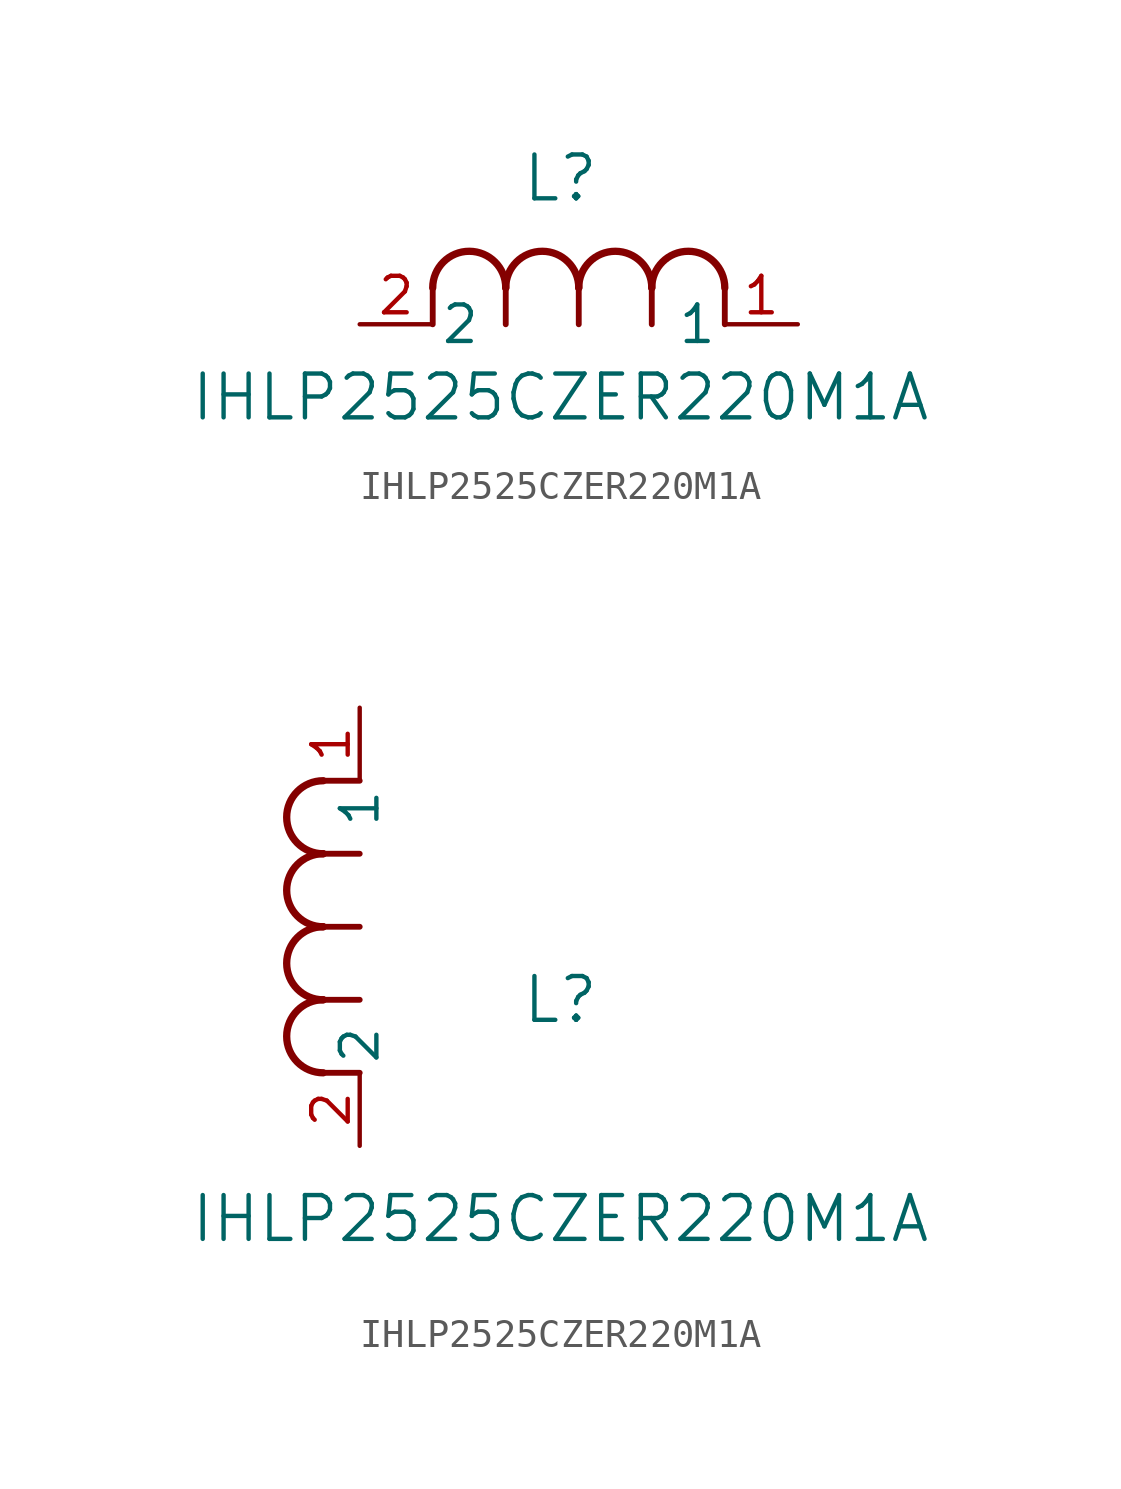
<source format=kicad_sym>
(kicad_symbol_lib
  (version 20211014)
  (generator kicad_symbol_editor)
  (symbol "IHLP2525CZER220M1A"
    (pin_names
      (offset 0.254))
    (property "Reference" "L"
      (at 6.985 5.08 0)
      (effects (font (size 1.524 1.524))))
    (property "Value" "IHLP2525CZER220M1A"
      (at 6.985 -2.54 0)
      (effects (font (size 1.524 1.524))))
    (symbol "IHLP2525CZER220M1A_1_1"
      (arc (start 7.62 1.27) (mid 6.35 2.54) (end 5.08 1.27) (stroke (width 0.254) (type default) (color 0 0 0 0)) (fill (type none)))
      (polyline (pts (xy 5.08 0) (xy 5.08 1.27)) (stroke (width 0.203) (type default) (color 0 0 0 0)) (fill (type none)))
      (polyline (pts (xy 7.62 0) (xy 7.62 1.27)) (stroke (width 0.203) (type default) (color 0 0 0 0)) (fill (type none)))
      (polyline (pts (xy 12.7 0) (xy 12.7 1.27)) (stroke (width 0.203) (type default) (color 0 0 0 0)) (fill (type none)))
      (arc (start 5.08 1.27) (mid 3.81 2.54) (end 2.54 1.27) (stroke (width 0.254) (type default) (color 0 0 0 0)) (fill (type none)))
      (arc (start 10.16 1.27) (mid 8.89 2.54) (end 7.62 1.27) (stroke (width 0.254) (type default) (color 0 0 0 0)) (fill (type none)))
      (arc (start 12.7 1.27) (mid 11.43 2.54) (end 10.16 1.27) (stroke (width 0.254) (type default) (color 0 0 0 0)) (fill (type none)))
      (polyline (pts (xy 2.54 0) (xy 2.54 1.27)) (stroke (width 0.203) (type default) (color 0 0 0 0)) (fill (type none)))
      (polyline (pts (xy 10.16 0) (xy 10.16 1.27)) (stroke (width 0.203) (type default) (color 0 0 0 0)) (fill (type none)))
      (pin unspecified line (at 0 0 0) (length 2.54) (name "2" (effects (font (size 1.27 1.27)))) (number "2" (effects (font (size 1.27 1.27)))))
      (pin unspecified line (at 15.24 0 180) (length 2.54) (name "1" (effects (font (size 1.27 1.27)))) (number "1" (effects (font (size 1.27 1.27))))))
    (symbol "IHLP2525CZER220M1A_1_2"
      (arc (start -1.27 7.62) (mid -2.54 6.35) (end -1.27 5.08) (stroke (width 0.254) (type default) (color 0 0 0 0)) (fill (type none)))
      (arc (start -1.27 5.08) (mid -2.54 3.81) (end -1.27 2.54) (stroke (width 0.254) (type default) (color 0 0 0 0)) (fill (type none)))
      (arc (start -1.27 12.7) (mid -2.54 11.43) (end -1.27 10.16) (stroke (width 0.254) (type default) (color 0 0 0 0)) (fill (type none)))
      (arc (start -1.27 10.16) (mid -2.54 8.89) (end -1.27 7.62) (stroke (width 0.254) (type default) (color 0 0 0 0)) (fill (type none)))
      (polyline (pts (xy 0 7.62) (xy -1.27 7.62)) (stroke (width 0.203) (type default) (color 0 0 0 0)) (fill (type none)))
      (polyline (pts (xy 0 5.08) (xy -1.27 5.08)) (stroke (width 0.203) (type default) (color 0 0 0 0)) (fill (type none)))
      (polyline (pts (xy 0 12.7) (xy -1.27 12.7)) (stroke (width 0.203) (type default) (color 0 0 0 0)) (fill (type none)))
      (polyline (pts (xy 0 2.54) (xy -1.27 2.54)) (stroke (width 0.203) (type default) (color 0 0 0 0)) (fill (type none)))
      (polyline (pts (xy 0 10.16) (xy -1.27 10.16)) (stroke (width 0.203) (type default) (color 0 0 0 0)) (fill (type none)))
      (pin unspecified line (at 0 0 90) (length 2.54) (name "2" (effects (font (size 1.27 1.27)))) (number "2" (effects (font (size 1.27 1.27)))))
      (pin unspecified line (at 0 15.24 270) (length 2.54) (name "1" (effects (font (size 1.27 1.27)))) (number "1" (effects (font (size 1.27 1.27))))))))
</source>
